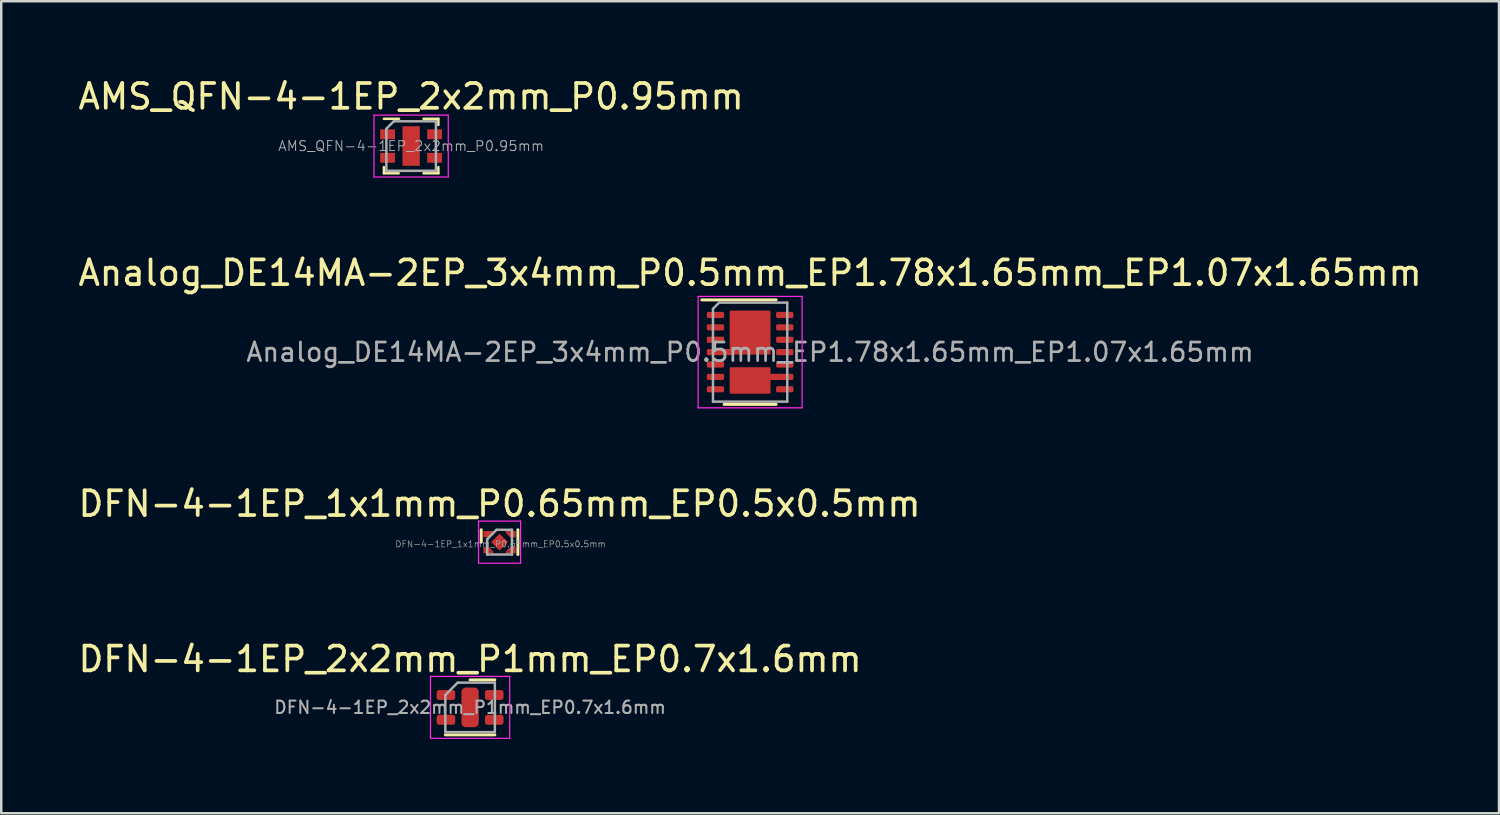
<source format=kicad_pcb>
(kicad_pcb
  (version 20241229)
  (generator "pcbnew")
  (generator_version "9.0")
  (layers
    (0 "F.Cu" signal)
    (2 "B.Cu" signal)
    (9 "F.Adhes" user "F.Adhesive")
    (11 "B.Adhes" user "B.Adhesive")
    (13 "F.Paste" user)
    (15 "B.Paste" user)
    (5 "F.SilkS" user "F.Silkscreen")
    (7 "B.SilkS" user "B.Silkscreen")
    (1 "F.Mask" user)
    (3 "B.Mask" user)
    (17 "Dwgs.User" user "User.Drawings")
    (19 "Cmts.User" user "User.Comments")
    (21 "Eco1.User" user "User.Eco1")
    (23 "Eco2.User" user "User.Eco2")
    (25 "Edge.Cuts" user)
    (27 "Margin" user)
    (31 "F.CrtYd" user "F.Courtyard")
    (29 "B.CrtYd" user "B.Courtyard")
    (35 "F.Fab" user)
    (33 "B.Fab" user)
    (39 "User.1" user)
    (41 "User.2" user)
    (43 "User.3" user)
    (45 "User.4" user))
  (footprint "DFN-4-1EP_2x2mm_P1mm_EP0.7x1.6mm"
    (layer "F.Cu")
    (at 15.935 25.518)
    (property "Reference" "DFN-4-1EP_2x2mm_P1mm_EP0.7x1.6mm" (at 0 -1.95 0) (layer "F.SilkS") (effects (font (size 1 1) (thickness 0.15))))
    (attr smd)
    (fp_line (start -1 1.11) (end 1 1.11) (stroke (width 0.12) (type solid)) (layer "F.SilkS"))
    (fp_line (start 0 -1.11) (end 1 -1.11) (stroke (width 0.12) (type solid)) (layer "F.SilkS"))
    (fp_line (start -1.6 -1.25) (end -1.6 1.25) (stroke (width 0.05) (type solid)) (layer "F.CrtYd"))
    (fp_line (start -1.6 1.25) (end 1.6 1.25) (stroke (width 0.05) (type solid)) (layer "F.CrtYd"))
    (fp_line (start 1.6 -1.25) (end -1.6 -1.25) (stroke (width 0.05) (type solid)) (layer "F.CrtYd"))
    (fp_line (start 1.6 1.25) (end 1.6 -1.25) (stroke (width 0.05) (type solid)) (layer "F.CrtYd"))
    (fp_line (start -1 -0.5) (end -0.5 -1) (stroke (width 0.1) (type solid)) (layer "F.Fab"))
    (fp_line (start -1 1) (end -1 -0.5) (stroke (width 0.1) (type solid)) (layer "F.Fab"))
    (fp_line (start -0.5 -1) (end 1 -1) (stroke (width 0.1) (type solid)) (layer "F.Fab"))
    (fp_line (start 1 -1) (end 1 1) (stroke (width 0.1) (type solid)) (layer "F.Fab"))
    (fp_line (start 1 1) (end -1 1) (stroke (width 0.1) (type solid)) (layer "F.Fab"))
    (fp_text user "${REFERENCE}" (at 0 0 0) (layer "F.Fab") (effects (font (size 0.5 0.5) (thickness 0.08))))
    (pad "" smd roundrect (at 0 0) (size 0.56 1.29) (layers "F.Paste") (roundrect_rratio 0.25))
    (pad "1" smd roundrect (at -0.975 -0.5) (size 0.75 0.4) (layers "F.Cu" "F.Mask" "F.Paste") (roundrect_rratio 0.25))
    (pad "2" smd roundrect (at -0.975 0.5) (size 0.75 0.4) (layers "F.Cu" "F.Mask" "F.Paste") (roundrect_rratio 0.25))
    (pad "3" smd roundrect (at 0.975 0.5) (size 0.75 0.4) (layers "F.Cu" "F.Mask" "F.Paste") (roundrect_rratio 0.25))
    (pad "4" smd roundrect (at 0.975 -0.5) (size 0.75 0.4) (layers "F.Cu" "F.Mask" "F.Paste") (roundrect_rratio 0.25))
    (pad "5" smd roundrect (at 0 0) (size 0.7 1.6) (layers "F.Cu" "F.Mask") (roundrect_rratio 0.25)))
  (footprint "Analog_DE14MA-2EP_3x4mm_P0.5mm_EP1.78x1.65mm_EP1.07x1.65mm"
    (layer "F.Cu")
    (at 27.244 11.171)
    (property "Reference" "Analog_DE14MA-2EP_3x4mm_P0.5mm_EP1.78x1.65mm_EP1.07x1.65mm" (at 0 -3.2 0) (layer "F.SilkS") (effects (font (size 1 1) (thickness 0.15))))
    (attr smd)
    (fp_line (start -1.95 -2.11) (end 1.05 -2.11) (stroke (width 0.12) (type solid)) (layer "F.SilkS"))
    (fp_line (start -1.05 2.11) (end 1.05 2.11) (stroke (width 0.12) (type solid)) (layer "F.SilkS"))
    (fp_line (start -2.1 -2.25) (end -2.1 2.25) (stroke (width 0.05) (type solid)) (layer "F.CrtYd"))
    (fp_line (start -2.1 2.25) (end 2.1 2.25) (stroke (width 0.05) (type solid)) (layer "F.CrtYd"))
    (fp_line (start 2.1 -2.25) (end -2.1 -2.25) (stroke (width 0.05) (type solid)) (layer "F.CrtYd"))
    (fp_line (start 2.1 2.25) (end 2.1 -2.25) (stroke (width 0.05) (type solid)) (layer "F.CrtYd"))
    (fp_line (start -1.5 -1.75) (end -1.25 -2) (stroke (width 0.1) (type solid)) (layer "F.Fab"))
    (fp_line (start -1.5 2) (end -1.5 -1.75) (stroke (width 0.1) (type solid)) (layer "F.Fab"))
    (fp_line (start -1.25 -2) (end 1.5 -2) (stroke (width 0.1) (type solid)) (layer "F.Fab"))
    (fp_line (start 1.5 -2) (end 1.5 2) (stroke (width 0.1) (type solid)) (layer "F.Fab"))
    (fp_line (start 1.5 2) (end -1.5 2) (stroke (width 0.1) (type solid)) (layer "F.Fab"))
    (fp_text user "${REFERENCE}" (at 0 0 0) (layer "F.Fab") (effects (font (size 0.75 0.75) (thickness 0.11))))
    (pad "" smd roundrect (at -0.4 -1.2) (size 0.4 0.6) (layers "F.Cu" "F.Paste") (roundrect_rratio 0.03))
    (pad "" smd roundrect (at -0.4 -0.4) (size 0.4 0.6) (layers "F.Cu" "F.Paste") (roundrect_rratio 0.03))
    (pad "" smd roundrect (at -0.4 1.2) (size 0.4 0.7) (layers "F.Cu" "F.Paste") (roundrect_rratio 0.03))
    (pad "" smd roundrect (at 0.4 -1.2) (size 0.4 0.6) (layers "F.Cu" "F.Paste") (roundrect_rratio 0.03))
    (pad "" smd roundrect (at 0.4 -0.4) (size 0.4 0.6) (layers "F.Cu" "F.Paste") (roundrect_rratio 0.03))
    (pad "" smd roundrect (at 0.4 1.2) (size 0.4 0.7) (layers "F.Cu" "F.Paste") (roundrect_rratio 0.03))
    (pad "1" smd roundrect (at -1.4 -1.5) (size 0.7 0.25) (layers "F.Cu" "F.Mask" "F.Paste") (roundrect_rratio 0.25))
    (pad "2" smd roundrect (at -1.4 -1) (size 0.7 0.25) (layers "F.Cu" "F.Mask" "F.Paste") (roundrect_rratio 0.25))
    (pad "3" smd roundrect (at -1.4 -0.5) (size 0.7 0.25) (layers "F.Cu" "F.Mask" "F.Paste") (roundrect_rratio 0.25))
    (pad "4" smd roundrect (at -1.25 0) (size 1 0.25) (layers "F.Cu" "F.Mask" "F.Paste") (roundrect_rratio 0.25))
    (pad "5" smd roundrect (at -1.4 0.5) (size 0.7 0.25) (layers "F.Cu" "F.Mask" "F.Paste") (roundrect_rratio 0.25))
    (pad "6" smd roundrect (at -1.4 1) (size 0.7 0.25) (layers "F.Cu" "F.Mask" "F.Paste") (roundrect_rratio 0.25))
    (pad "7" smd roundrect (at -1.4 1.5) (size 0.7 0.25) (layers "F.Cu" "F.Mask" "F.Paste") (roundrect_rratio 0.25))
    (pad "8" smd roundrect (at 1.4 1.5) (size 0.7 0.25) (layers "F.Cu" "F.Mask" "F.Paste") (roundrect_rratio 0.25))
    (pad "9" smd roundrect (at 1.25 1) (size 1 0.25) (layers "F.Cu" "F.Mask" "F.Paste") (roundrect_rratio 0.25))
    (pad "10" smd roundrect (at 1.4 0.5) (size 0.7 0.25) (layers "F.Cu" "F.Mask" "F.Paste") (roundrect_rratio 0.25))
    (pad "11" smd roundrect (at 1.4 0) (size 0.7 0.25) (layers "F.Cu" "F.Mask" "F.Paste") (roundrect_rratio 0.25))
    (pad "12" smd roundrect (at 1.4 -0.5) (size 0.7 0.25) (layers "F.Cu" "F.Mask" "F.Paste") (roundrect_rratio 0.25))
    (pad "13" smd roundrect (at 1.4 -1) (size 0.7 0.25) (layers "F.Cu" "F.Mask" "F.Paste") (roundrect_rratio 0.25))
    (pad "14" smd roundrect (at 1.4 -1.5) (size 0.7 0.25) (layers "F.Cu" "F.Mask" "F.Paste") (roundrect_rratio 0.25))
    (pad "15" smd roundrect (at 0 -0.79) (size 1.65 1.78) (layers "F.Cu" "F.Mask") (roundrect_rratio 0.03))
    (pad "16" smd roundrect (at 0 1.145) (size 1.65 1.07) (layers "F.Cu" "F.Mask") (roundrect_rratio 0.03)))
  (footprint "AMS_QFN-4-1EP_2x2mm_P0.95mm"
    (layer "F.Cu")
    (at 13.554 2.848)
    (property "Reference" "AMS_QFN-4-1EP_2x2mm_P0.95mm" (at 0 -2 0) (layer "F.SilkS") (effects (font (size 1 1) (thickness 0.15))))
    (attr smd)
    (fp_line (start -1.1 1.1) (end -1.1 0.85) (stroke (width 0.1) (type solid)) (layer "F.SilkS"))
    (fp_line (start -1.1 1.1) (end -0.5 1.1) (stroke (width 0.1) (type solid)) (layer "F.SilkS"))
    (fp_line (start -0.49 -1.1) (end -1.1 -1.1) (stroke (width 0.1) (type solid)) (layer "F.SilkS"))
    (fp_line (start 1.1 -1.1) (end 0.5 -1.1) (stroke (width 0.1) (type solid)) (layer "F.SilkS"))
    (fp_line (start 1.1 -1.1) (end 1.1 -0.85) (stroke (width 0.1) (type solid)) (layer "F.SilkS"))
    (fp_line (start 1.1 1.1) (end 0.5 1.1) (stroke (width 0.1) (type solid)) (layer "F.SilkS"))
    (fp_line (start 1.1 1.1) (end 1.1 0.85) (stroke (width 0.1) (type solid)) (layer "F.SilkS"))
    (fp_line (start -1.5 -1.25) (end 1.5 -1.25) (stroke (width 0.05) (type solid)) (layer "F.CrtYd"))
    (fp_line (start -1.5 1.25) (end -1.5 -1.25) (stroke (width 0.05) (type solid)) (layer "F.CrtYd"))
    (fp_line (start 1.5 -1.25) (end 1.5 1.25) (stroke (width 0.05) (type solid)) (layer "F.CrtYd"))
    (fp_line (start 1.5 1.25) (end -1.5 1.25) (stroke (width 0.05) (type solid)) (layer "F.CrtYd"))
    (fp_line (start -1 -0.7) (end -0.7 -1) (stroke (width 0.1) (type solid)) (layer "F.Fab"))
    (fp_line (start -1 1) (end -1 -0.7) (stroke (width 0.1) (type solid)) (layer "F.Fab"))
    (fp_line (start -0.7 -1) (end 1 -1) (stroke (width 0.1) (type solid)) (layer "F.Fab"))
    (fp_line (start 1 -1) (end 1 1) (stroke (width 0.1) (type solid)) (layer "F.Fab"))
    (fp_line (start 1 1) (end -1 1) (stroke (width 0.1) (type solid)) (layer "F.Fab"))
    (fp_text user "${REFERENCE}" (at 0 0 0) (layer "F.Fab") (effects (font (size 0.4 0.4) (thickness 0.04))))
    (pad "" smd rect (at 0 0) (size 0.35 0.8) (layers "F.Paste"))
    (pad "1" smd rect (at -0.95 -0.475) (size 0.6 0.4) (layers "F.Cu" "F.Mask" "F.Paste"))
    (pad "2" smd rect (at -0.95 0.475) (size 0.6 0.4) (layers "F.Cu" "F.Mask" "F.Paste"))
    (pad "3" smd rect (at 0.95 0.475) (size 0.6 0.4) (layers "F.Cu" "F.Mask" "F.Paste"))
    (pad "4" smd rect (at 0.95 -0.475) (size 0.6 0.4) (layers "F.Cu" "F.Mask" "F.Paste"))
    (pad "5" smd rect (at 0 0) (size 0.7 1.6) (layers "F.Cu" "F.Mask")))
  (footprint "DFN-4-1EP_1x1mm_P0.65mm_EP0.5x0.5mm"
    (layer "F.Cu")
    (at 17.125 18.845)
    (property "Reference" "DFN-4-1EP_1x1mm_P0.65mm_EP0.5x0.5mm" (at 0 -1.55 0) (layer "F.SilkS") (effects (font (size 1 1) (thickness 0.15))))
    (attr smd)
    (fp_line (start -0.74 -0.5) (end -0.74 0) (stroke (width 0.12) (type solid)) (layer "F.SilkS"))
    (fp_line (start 0.74 -0.5) (end 0.74 0.5) (stroke (width 0.12) (type solid)) (layer "F.SilkS"))
    (fp_line (start -0.85 -0.85) (end -0.85 0.85) (stroke (width 0.05) (type solid)) (layer "F.CrtYd"))
    (fp_line (start -0.85 0.85) (end 0.85 0.85) (stroke (width 0.05) (type solid)) (layer "F.CrtYd"))
    (fp_line (start 0.85 -0.85) (end -0.85 -0.85) (stroke (width 0.05) (type solid)) (layer "F.CrtYd"))
    (fp_line (start 0.85 0.85) (end 0.85 -0.85) (stroke (width 0.05) (type solid)) (layer "F.CrtYd"))
    (fp_line (start -0.5 0.5) (end -0.5 -0.12) (stroke (width 0.1) (type solid)) (layer "F.Fab"))
    (fp_line (start -0.12 -0.5) (end -0.5 -0.12) (stroke (width 0.1) (type solid)) (layer "F.Fab"))
    (fp_line (start -0.12 -0.5) (end 0.5 -0.5) (stroke (width 0.1) (type solid)) (layer "F.Fab"))
    (fp_line (start 0.5 -0.5) (end 0.5 0.5) (stroke (width 0.1) (type solid)) (layer "F.Fab"))
    (fp_line (start 0.5 0.5) (end -0.5 0.5) (stroke (width 0.1) (type solid)) (layer "F.Fab"))
    (fp_text user "${REFERENCE}" (at 0.04 0.08 0) (layer "F.Fab") (effects (font (size 0.25 0.25) (thickness 0.025))))
    (pad "1" smd rect (at -0.54 -0.325 270) (size 0.25 0.22) (layers "F.Cu" "F.Mask" "F.Paste"))
    (pad "1" smd trapezoid (at -0.43 -0.3 180) (size 0.2 0.2) (rect_delta 0 0.2) (layers "F.Cu" "F.Mask" "F.Paste"))
    (pad "1" smd trapezoid (at -0.38 -0.35 180) (size 0.2 0.2) (rect_delta 0 0.2) (layers "F.Cu" "F.Mask" "F.Paste"))
    (pad "2" smd rect (at -0.54 0.325 270) (size 0.25 0.22) (layers "F.Cu" "F.Mask" "F.Paste"))
    (pad "2" smd trapezoid (at -0.43 0.29 90) (size 0.18 0.18) (rect_delta 0.18 0) (layers "F.Cu" "F.Mask" "F.Paste"))
    (pad "2" smd rect (at -0.345 0.415 90) (size 0.07 0.19) (layers "F.Cu" "F.Mask" "F.Paste"))
    (pad "3" smd rect (at 0.345 0.415 90) (size 0.07 0.19) (layers "F.Cu" "F.Mask" "F.Paste"))
    (pad "3" smd trapezoid (at 0.43 0.29) (size 0.18 0.18) (rect_delta 0 0.18) (layers "F.Cu" "F.Mask" "F.Paste"))
    (pad "3" smd rect (at 0.54 0.325 270) (size 0.25 0.22) (layers "F.Cu" "F.Mask" "F.Paste"))
    (pad "4" smd rect (at 0.34 -0.415 90) (size 0.07 0.19) (layers "F.Cu" "F.Mask" "F.Paste"))
    (pad "4" smd trapezoid (at 0.425 -0.29 270) (size 0.18 0.18) (rect_delta 0.18 0) (layers "F.Cu" "F.Mask" "F.Paste"))
    (pad "4" smd rect (at 0.54 -0.325 270) (size 0.25 0.22) (layers "F.Cu" "F.Mask" "F.Paste"))
    (pad "5" smd rect (at -0.17 0 315) (size 0.24 0.24) (layers "F.Cu" "F.Mask" "F.Paste"))
    (pad "5" smd rect (at 0 -0.17 315) (size 0.24 0.24) (layers "F.Cu" "F.Mask" "F.Paste"))
    (pad "5" smd rect (at 0 0.17 315) (size 0.24 0.24) (layers "F.Cu" "F.Mask" "F.Paste"))
    (pad "5" smd rect (at 0.17 0 315) (size 0.24 0.24) (layers "F.Cu" "F.Mask" "F.Paste")))
  (gr_rect
    (start -3 -3)
    (end 57.488 29.793)
    (stroke (width 0.1) (type default))
    (fill no)
    (layer "Edge.Cuts")))
</source>
